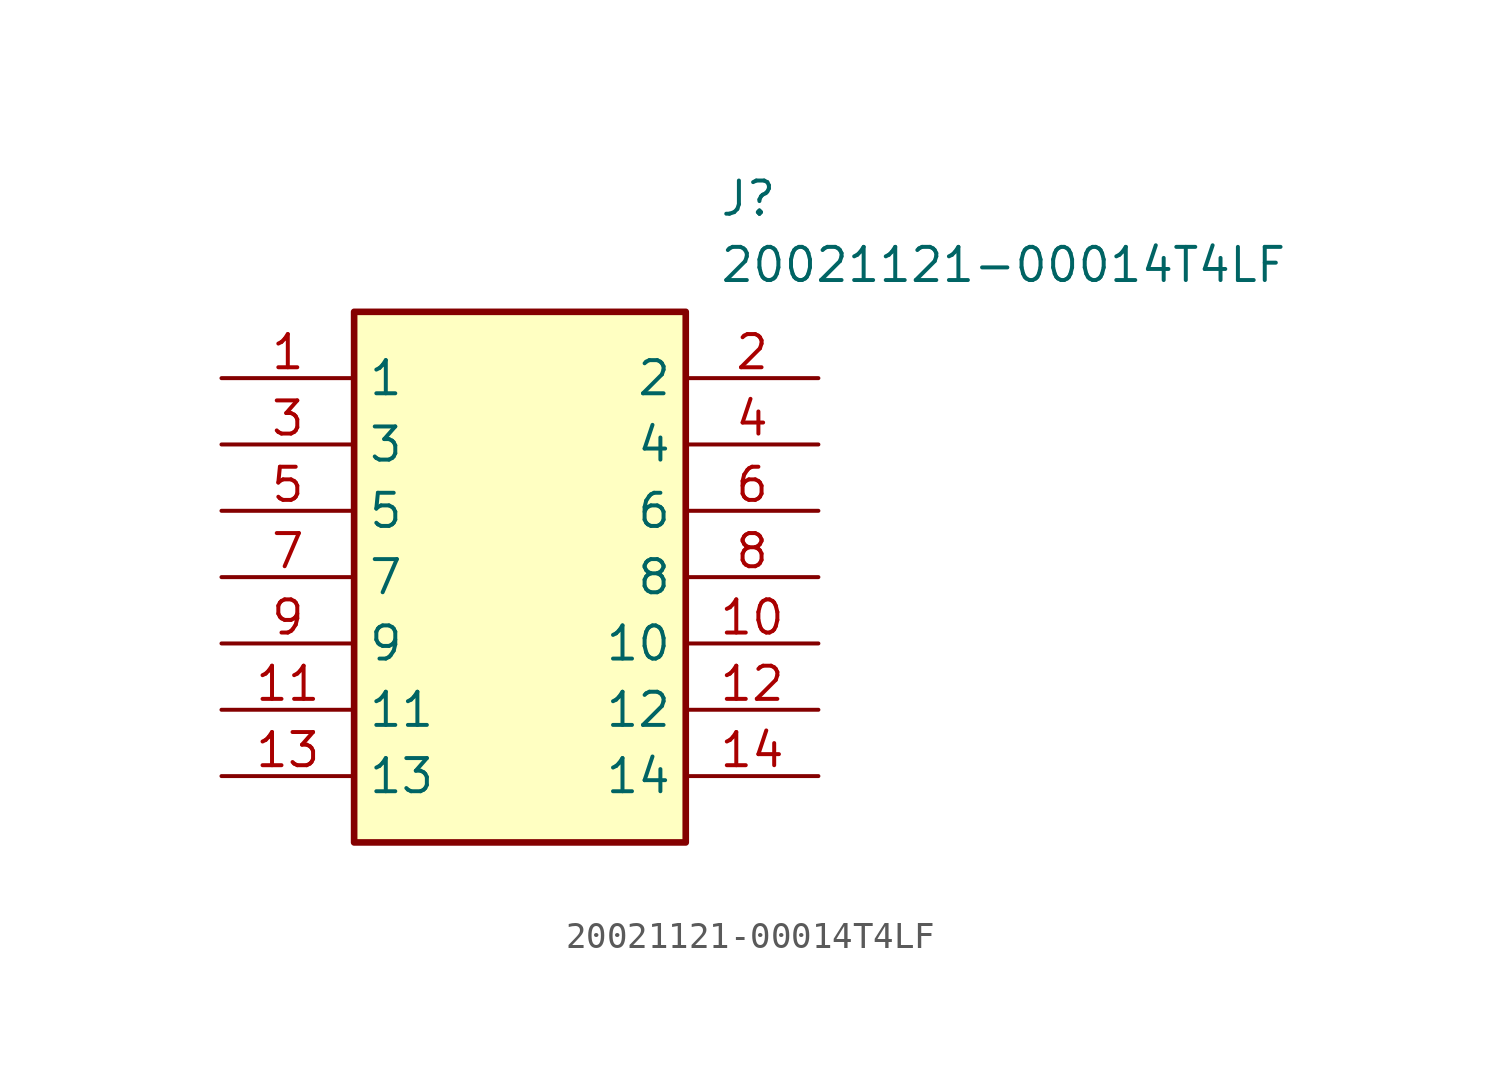
<source format=kicad_sym>
(kicad_symbol_lib
  (version 20211014)
  (generator SamacSys_ECAD_Model)
  (symbol "20021121-00014T4LF"
    (property "Reference" "J"
      (at 19.05 7.62 0)
      (effects (font (size 1.27 1.27)) (justify left top)))
    (property "Value" "20021121-00014T4LF"
      (at 19.05 5.08 0)
      (effects (font (size 1.27 1.27)) (justify left top)))
    (rectangle
      (start 5.08 2.54)
      (end 17.78 -17.78)
      (stroke (width 0.254) (type default))
      (fill (type background)))
    (pin passive line
      (at 0 0 0)
      (length 5.08)
      (name "1" (effects (font (size 1.27 1.27))))
      (number "1" (effects (font (size 1.27 1.27)))))
    (pin passive line
      (at 22.86 0 180)
      (length 5.08)
      (name "2" (effects (font (size 1.27 1.27))))
      (number "2" (effects (font (size 1.27 1.27)))))
    (pin passive line
      (at 0 -2.54 0)
      (length 5.08)
      (name "3" (effects (font (size 1.27 1.27))))
      (number "3" (effects (font (size 1.27 1.27)))))
    (pin passive line
      (at 22.86 -2.54 180)
      (length 5.08)
      (name "4" (effects (font (size 1.27 1.27))))
      (number "4" (effects (font (size 1.27 1.27)))))
    (pin passive line
      (at 0 -5.08 0)
      (length 5.08)
      (name "5" (effects (font (size 1.27 1.27))))
      (number "5" (effects (font (size 1.27 1.27)))))
    (pin passive line
      (at 22.86 -5.08 180)
      (length 5.08)
      (name "6" (effects (font (size 1.27 1.27))))
      (number "6" (effects (font (size 1.27 1.27)))))
    (pin passive line
      (at 0 -7.62 0)
      (length 5.08)
      (name "7" (effects (font (size 1.27 1.27))))
      (number "7" (effects (font (size 1.27 1.27)))))
    (pin passive line
      (at 22.86 -7.62 180)
      (length 5.08)
      (name "8" (effects (font (size 1.27 1.27))))
      (number "8" (effects (font (size 1.27 1.27)))))
    (pin passive line
      (at 0 -10.16 0)
      (length 5.08)
      (name "9" (effects (font (size 1.27 1.27))))
      (number "9" (effects (font (size 1.27 1.27)))))
    (pin passive line
      (at 22.86 -10.16 180)
      (length 5.08)
      (name "10" (effects (font (size 1.27 1.27))))
      (number "10" (effects (font (size 1.27 1.27)))))
    (pin passive line
      (at 0 -12.7 0)
      (length 5.08)
      (name "11" (effects (font (size 1.27 1.27))))
      (number "11" (effects (font (size 1.27 1.27)))))
    (pin passive line
      (at 22.86 -12.7 180)
      (length 5.08)
      (name "12" (effects (font (size 1.27 1.27))))
      (number "12" (effects (font (size 1.27 1.27)))))
    (pin passive line
      (at 0 -15.24 0)
      (length 5.08)
      (name "13" (effects (font (size 1.27 1.27))))
      (number "13" (effects (font (size 1.27 1.27)))))
    (pin passive line
      (at 22.86 -15.24 180)
      (length 5.08)
      (name "14" (effects (font (size 1.27 1.27))))
      (number "14" (effects (font (size 1.27 1.27)))))))
</source>
